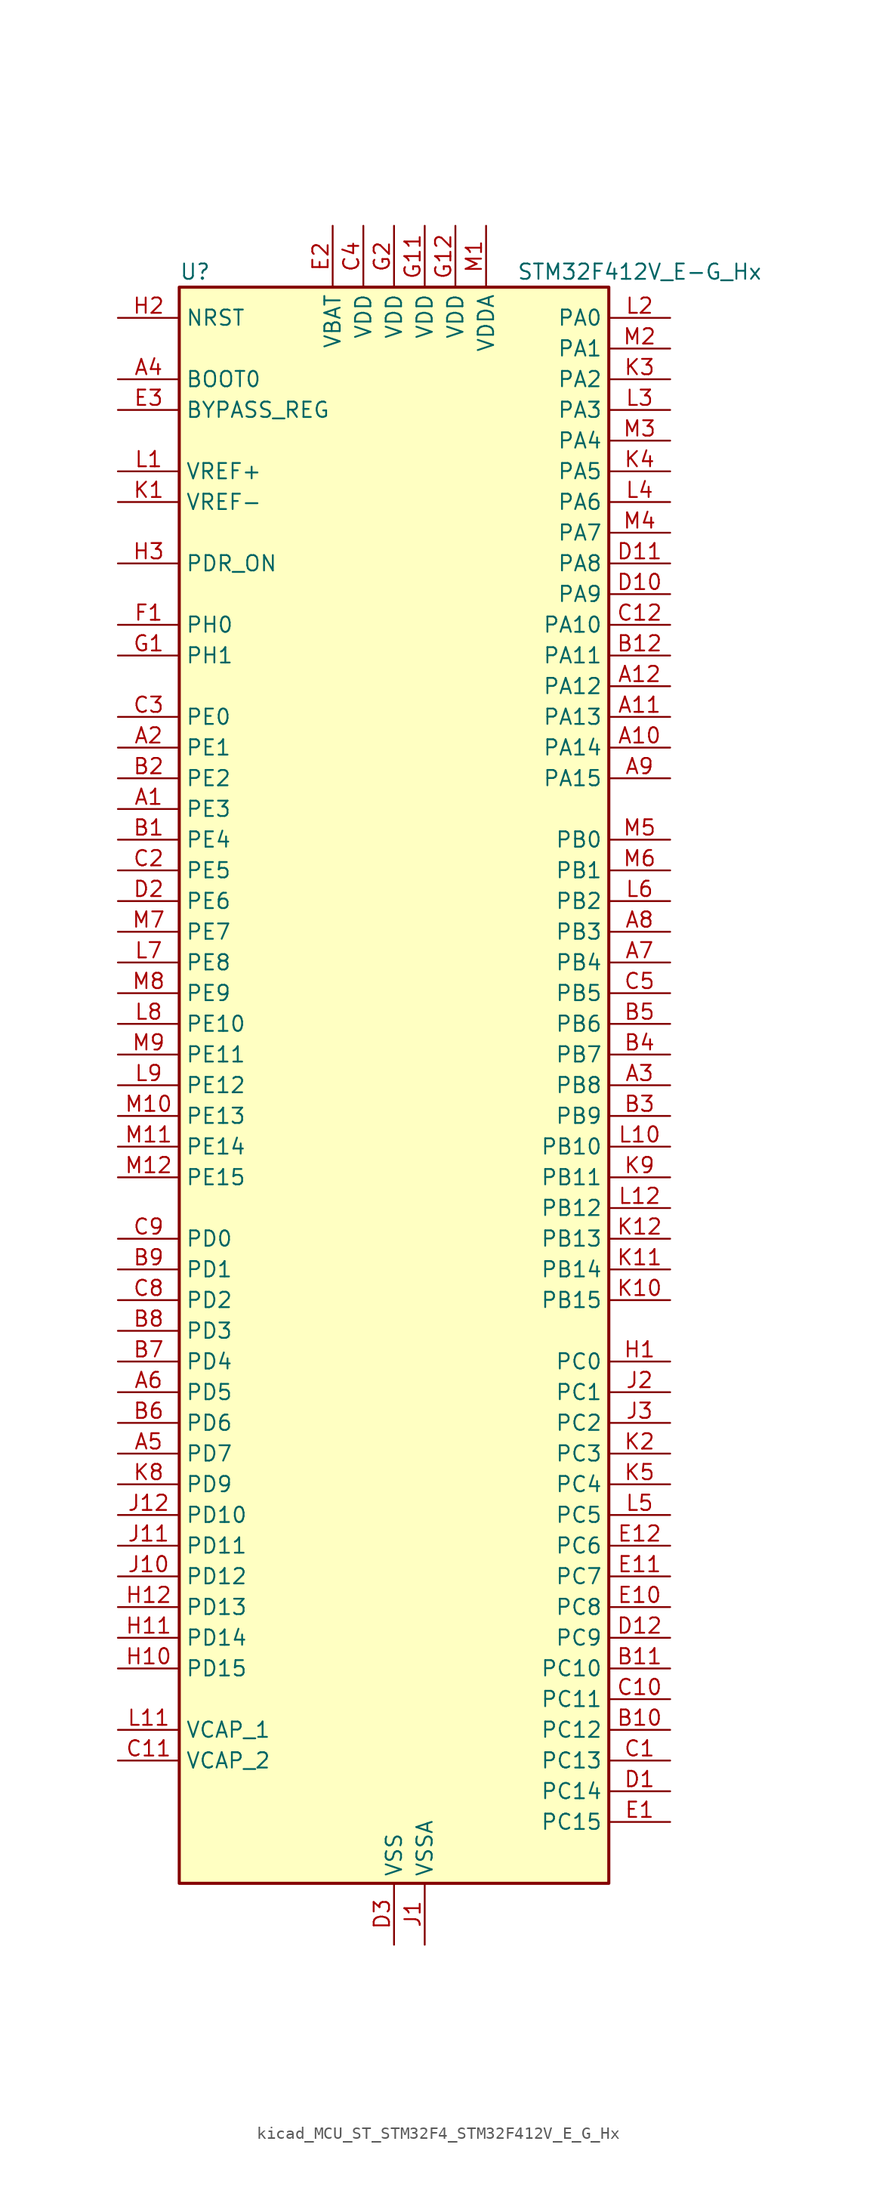
<source format=kicad_sym>
(kicad_symbol_lib
  (version 20220914)
  (generator kicad_symbol_editor)
  (symbol "kicad_MCU_ST_STM32F4_STM32F412V_E_G_Hx"
    (property "Reference" "U"
      (at -17.78 67.31 0)
      (effects (font (size 1.27 1.27)) (justify left)))
    (property "Value" "STM32F412V_E-G_Hx"
      (at 10.16 67.31 0)
      (effects (font (size 1.27 1.27)) (justify left)))
    (property "ki_locked" ""
      (at 0 0 0)
      (effects (font (size 1.27 1.27))))
    (symbol "kicad_MCU_ST_STM32F4_STM32F412V_E_G_Hx_0_1"
      (rectangle (start -17.78 -66.04) (end 17.78 66.04) (stroke (width 0.254) (type default)) (fill (type background))))
    (symbol "kicad_MCU_ST_STM32F4_STM32F412V_E_G_Hx_1_1"
      (pin bidirectional line (at -22.86 22.86 0) (length 5.08) (name "PE3" (effects (font (size 1.27 1.27)))) (number "A1" (effects (font (size 1.27 1.27)))) (alternate "FSMC_A19" bidirectional line) (alternate "SYS_TRACED0" bidirectional line))
      (pin bidirectional line (at 22.86 27.94 180) (length 5.08) (name "PA14" (effects (font (size 1.27 1.27)))) (number "A10" (effects (font (size 1.27 1.27)))) (alternate "SYS_JTCK-SWCLK" bidirectional line))
      (pin bidirectional line (at 22.86 30.48 180) (length 5.08) (name "PA13" (effects (font (size 1.27 1.27)))) (number "A11" (effects (font (size 1.27 1.27)))) (alternate "SYS_JTMS-SWDIO" bidirectional line))
      (pin bidirectional line (at 22.86 33.02 180) (length 5.08) (name "PA12" (effects (font (size 1.27 1.27)))) (number "A12" (effects (font (size 1.27 1.27)))) (alternate "CAN1_TX" bidirectional line) (alternate "SPI5_MISO" bidirectional line) (alternate "TIM1_ETR" bidirectional line) (alternate "USART1_RTS" bidirectional line) (alternate "USART6_RX" bidirectional line) (alternate "USB_OTG_FS_DP" bidirectional line))
      (pin bidirectional line (at -22.86 27.94 0) (length 5.08) (name "PE1" (effects (font (size 1.27 1.27)))) (number "A2" (effects (font (size 1.27 1.27)))) (alternate "FSMC_NBL1" bidirectional line))
      (pin bidirectional line (at 22.86 0 180) (length 5.08) (name "PB8" (effects (font (size 1.27 1.27)))) (number "A3" (effects (font (size 1.27 1.27)))) (alternate "CAN1_RX" bidirectional line) (alternate "I2C1_SCL" bidirectional line) (alternate "I2C3_SDA" bidirectional line) (alternate "I2S5_SD" bidirectional line) (alternate "SDIO_D4" bidirectional line) (alternate "SPI5_MOSI" bidirectional line) (alternate "TIM10_CH1" bidirectional line) (alternate "TIM4_CH3" bidirectional line))
      (pin input line (at -22.86 58.42 0) (length 5.08) (name "BOOT0" (effects (font (size 1.27 1.27)))) (number "A4" (effects (font (size 1.27 1.27)))))
      (pin bidirectional line (at -22.86 -30.48 0) (length 5.08) (name "PD7" (effects (font (size 1.27 1.27)))) (number "A5" (effects (font (size 1.27 1.27)))) (alternate "DFSDM1_CKIN1" bidirectional line) (alternate "FSMC_NE1" bidirectional line) (alternate "USART2_CK" bidirectional line))
      (pin bidirectional line (at -22.86 -25.4 0) (length 5.08) (name "PD5" (effects (font (size 1.27 1.27)))) (number "A6" (effects (font (size 1.27 1.27)))) (alternate "FSMC_NWE" bidirectional line) (alternate "USART2_TX" bidirectional line))
      (pin bidirectional line (at 22.86 10.16 180) (length 5.08) (name "PB4" (effects (font (size 1.27 1.27)))) (number "A7" (effects (font (size 1.27 1.27)))) (alternate "I2C3_SDA" bidirectional line) (alternate "I2S3_ext_SD" bidirectional line) (alternate "SDIO_D0" bidirectional line) (alternate "SPI1_MISO" bidirectional line) (alternate "SPI3_MISO" bidirectional line) (alternate "SYS_JTRST" bidirectional line) (alternate "TIM3_CH1" bidirectional line))
      (pin bidirectional line (at 22.86 12.7 180) (length 5.08) (name "PB3" (effects (font (size 1.27 1.27)))) (number "A8" (effects (font (size 1.27 1.27)))) (alternate "FMPI2C1_SDA" bidirectional line) (alternate "I2C2_SDA" bidirectional line) (alternate "I2S1_CK" bidirectional line) (alternate "I2S3_CK" bidirectional line) (alternate "SPI1_SCK" bidirectional line) (alternate "SPI3_SCK" bidirectional line) (alternate "SYS_JTDO-SWO" bidirectional line) (alternate "TIM2_CH2" bidirectional line) (alternate "USART1_RX" bidirectional line))
      (pin bidirectional line (at 22.86 25.4 180) (length 5.08) (name "PA15" (effects (font (size 1.27 1.27)))) (number "A9" (effects (font (size 1.27 1.27)))) (alternate "ADC1_EXTI15" bidirectional line) (alternate "I2S1_WS" bidirectional line) (alternate "I2S3_WS" bidirectional line) (alternate "SPI1_NSS" bidirectional line) (alternate "SPI3_NSS" bidirectional line) (alternate "SYS_JTDI" bidirectional line) (alternate "TIM2_CH1" bidirectional line) (alternate "TIM2_ETR" bidirectional line) (alternate "USART1_TX" bidirectional line))
      (pin bidirectional line (at -22.86 20.32 0) (length 5.08) (name "PE4" (effects (font (size 1.27 1.27)))) (number "B1" (effects (font (size 1.27 1.27)))) (alternate "DFSDM1_DATIN3" bidirectional line) (alternate "FSMC_A20" bidirectional line) (alternate "I2S4_WS" bidirectional line) (alternate "I2S5_WS" bidirectional line) (alternate "SPI4_NSS" bidirectional line) (alternate "SPI5_NSS" bidirectional line) (alternate "SYS_TRACED1" bidirectional line))
      (pin bidirectional line (at 22.86 -53.34 180) (length 5.08) (name "PC12" (effects (font (size 1.27 1.27)))) (number "B10" (effects (font (size 1.27 1.27)))) (alternate "FSMC_D3" bidirectional line) (alternate "FSMC_DA3" bidirectional line) (alternate "I2S3_SD" bidirectional line) (alternate "SDIO_CK" bidirectional line) (alternate "SPI3_MOSI" bidirectional line) (alternate "USART3_CK" bidirectional line))
      (pin bidirectional line (at 22.86 -48.26 180) (length 5.08) (name "PC10" (effects (font (size 1.27 1.27)))) (number "B11" (effects (font (size 1.27 1.27)))) (alternate "I2S3_CK" bidirectional line) (alternate "QUADSPI_BK1_IO1" bidirectional line) (alternate "SDIO_D2" bidirectional line) (alternate "SPI3_SCK" bidirectional line) (alternate "USART3_TX" bidirectional line))
      (pin bidirectional line (at 22.86 35.56 180) (length 5.08) (name "PA11" (effects (font (size 1.27 1.27)))) (number "B12" (effects (font (size 1.27 1.27)))) (alternate "ADC1_EXTI11" bidirectional line) (alternate "CAN1_RX" bidirectional line) (alternate "SPI4_MISO" bidirectional line) (alternate "TIM1_CH4" bidirectional line) (alternate "USART1_CTS" bidirectional line) (alternate "USART6_TX" bidirectional line) (alternate "USB_OTG_FS_DM" bidirectional line))
      (pin bidirectional line (at -22.86 25.4 0) (length 5.08) (name "PE2" (effects (font (size 1.27 1.27)))) (number "B2" (effects (font (size 1.27 1.27)))) (alternate "FSMC_A23" bidirectional line) (alternate "I2S4_CK" bidirectional line) (alternate "I2S5_CK" bidirectional line) (alternate "QUADSPI_BK1_IO2" bidirectional line) (alternate "SPI4_SCK" bidirectional line) (alternate "SPI5_SCK" bidirectional line) (alternate "SYS_TRACECLK" bidirectional line))
      (pin bidirectional line (at 22.86 -2.54 180) (length 5.08) (name "PB9" (effects (font (size 1.27 1.27)))) (number "B3" (effects (font (size 1.27 1.27)))) (alternate "CAN1_TX" bidirectional line) (alternate "I2C1_SDA" bidirectional line) (alternate "I2C2_SDA" bidirectional line) (alternate "I2S2_WS" bidirectional line) (alternate "SDIO_D5" bidirectional line) (alternate "SPI2_NSS" bidirectional line) (alternate "TIM11_CH1" bidirectional line) (alternate "TIM4_CH4" bidirectional line))
      (pin bidirectional line (at 22.86 2.54 180) (length 5.08) (name "PB7" (effects (font (size 1.27 1.27)))) (number "B4" (effects (font (size 1.27 1.27)))) (alternate "FSMC_NL" bidirectional line) (alternate "I2C1_SDA" bidirectional line) (alternate "TIM4_CH2" bidirectional line) (alternate "USART1_RX" bidirectional line))
      (pin bidirectional line (at 22.86 5.08 180) (length 5.08) (name "PB6" (effects (font (size 1.27 1.27)))) (number "B5" (effects (font (size 1.27 1.27)))) (alternate "CAN2_TX" bidirectional line) (alternate "I2C1_SCL" bidirectional line) (alternate "QUADSPI_BK1_NCS" bidirectional line) (alternate "SDIO_D0" bidirectional line) (alternate "TIM4_CH1" bidirectional line) (alternate "USART1_TX" bidirectional line))
      (pin bidirectional line (at -22.86 -27.94 0) (length 5.08) (name "PD6" (effects (font (size 1.27 1.27)))) (number "B6" (effects (font (size 1.27 1.27)))) (alternate "DFSDM1_DATIN1" bidirectional line) (alternate "FSMC_NWAIT" bidirectional line) (alternate "I2S3_SD" bidirectional line) (alternate "SPI3_MOSI" bidirectional line) (alternate "USART2_RX" bidirectional line))
      (pin bidirectional line (at -22.86 -22.86 0) (length 5.08) (name "PD4" (effects (font (size 1.27 1.27)))) (number "B7" (effects (font (size 1.27 1.27)))) (alternate "DFSDM1_CKIN0" bidirectional line) (alternate "FSMC_NOE" bidirectional line) (alternate "USART2_RTS" bidirectional line))
      (pin bidirectional line (at -22.86 -20.32 0) (length 5.08) (name "PD3" (effects (font (size 1.27 1.27)))) (number "B8" (effects (font (size 1.27 1.27)))) (alternate "DFSDM1_DATIN0" bidirectional line) (alternate "FSMC_CLK" bidirectional line) (alternate "I2S2_CK" bidirectional line) (alternate "QUADSPI_CLK" bidirectional line) (alternate "SPI2_SCK" bidirectional line) (alternate "SYS_TRACED1" bidirectional line) (alternate "USART2_CTS" bidirectional line))
      (pin bidirectional line (at -22.86 -15.24 0) (length 5.08) (name "PD1" (effects (font (size 1.27 1.27)))) (number "B9" (effects (font (size 1.27 1.27)))) (alternate "CAN1_TX" bidirectional line) (alternate "FSMC_D3" bidirectional line) (alternate "FSMC_DA3" bidirectional line))
      (pin bidirectional line (at 22.86 -55.88 180) (length 5.08) (name "PC13" (effects (font (size 1.27 1.27)))) (number "C1" (effects (font (size 1.27 1.27)))) (alternate "RTC_AF1" bidirectional line))
      (pin bidirectional line (at 22.86 -50.8 180) (length 5.08) (name "PC11" (effects (font (size 1.27 1.27)))) (number "C10" (effects (font (size 1.27 1.27)))) (alternate "ADC1_EXTI11" bidirectional line) (alternate "FSMC_D2" bidirectional line) (alternate "FSMC_DA2" bidirectional line) (alternate "I2S3_ext_SD" bidirectional line) (alternate "QUADSPI_BK2_NCS" bidirectional line) (alternate "SDIO_D3" bidirectional line) (alternate "SPI3_MISO" bidirectional line) (alternate "USART3_RX" bidirectional line))
      (pin power_out line (at -22.86 -55.88 0) (length 5.08) (name "VCAP_2" (effects (font (size 1.27 1.27)))) (number "C11" (effects (font (size 1.27 1.27)))))
      (pin bidirectional line (at 22.86 38.1 180) (length 5.08) (name "PA10" (effects (font (size 1.27 1.27)))) (number "C12" (effects (font (size 1.27 1.27)))) (alternate "I2S5_SD" bidirectional line) (alternate "SPI5_MOSI" bidirectional line) (alternate "TIM1_CH3" bidirectional line) (alternate "USART1_RX" bidirectional line) (alternate "USB_OTG_FS_ID" bidirectional line))
      (pin bidirectional line (at -22.86 17.78 0) (length 5.08) (name "PE5" (effects (font (size 1.27 1.27)))) (number "C2" (effects (font (size 1.27 1.27)))) (alternate "DFSDM1_CKIN3" bidirectional line) (alternate "FSMC_A21" bidirectional line) (alternate "SPI4_MISO" bidirectional line) (alternate "SPI5_MISO" bidirectional line) (alternate "SYS_TRACED2" bidirectional line) (alternate "TIM9_CH1" bidirectional line))
      (pin bidirectional line (at -22.86 30.48 0) (length 5.08) (name "PE0" (effects (font (size 1.27 1.27)))) (number "C3" (effects (font (size 1.27 1.27)))) (alternate "FSMC_NBL0" bidirectional line) (alternate "TIM4_ETR" bidirectional line))
      (pin power_in line (at -2.54 71.12 270) (length 5.08) (name "VDD" (effects (font (size 1.27 1.27)))) (number "C4" (effects (font (size 1.27 1.27)))))
      (pin bidirectional line (at 22.86 7.62 180) (length 5.08) (name "PB5" (effects (font (size 1.27 1.27)))) (number "C5" (effects (font (size 1.27 1.27)))) (alternate "CAN2_RX" bidirectional line) (alternate "I2C1_SMBA" bidirectional line) (alternate "I2S1_SD" bidirectional line) (alternate "I2S3_SD" bidirectional line) (alternate "SDIO_D3" bidirectional line) (alternate "SPI1_MOSI" bidirectional line) (alternate "SPI3_MOSI" bidirectional line) (alternate "TIM3_CH2" bidirectional line))
      (pin bidirectional line (at -22.86 -17.78 0) (length 5.08) (name "PD2" (effects (font (size 1.27 1.27)))) (number "C8" (effects (font (size 1.27 1.27)))) (alternate "FSMC_NWE" bidirectional line) (alternate "SDIO_CMD" bidirectional line) (alternate "TIM3_ETR" bidirectional line))
      (pin bidirectional line (at -22.86 -12.7 0) (length 5.08) (name "PD0" (effects (font (size 1.27 1.27)))) (number "C9" (effects (font (size 1.27 1.27)))) (alternate "CAN1_RX" bidirectional line) (alternate "FSMC_D2" bidirectional line) (alternate "FSMC_DA2" bidirectional line))
      (pin bidirectional line (at 22.86 -58.42 180) (length 5.08) (name "PC14" (effects (font (size 1.27 1.27)))) (number "D1" (effects (font (size 1.27 1.27)))) (alternate "RCC_OSC32_IN" bidirectional line))
      (pin bidirectional line (at 22.86 40.64 180) (length 5.08) (name "PA9" (effects (font (size 1.27 1.27)))) (number "D10" (effects (font (size 1.27 1.27)))) (alternate "I2C3_SMBA" bidirectional line) (alternate "SDIO_D2" bidirectional line) (alternate "TIM1_CH2" bidirectional line) (alternate "USART1_TX" bidirectional line) (alternate "USB_OTG_FS_VBUS" bidirectional line))
      (pin bidirectional line (at 22.86 43.18 180) (length 5.08) (name "PA8" (effects (font (size 1.27 1.27)))) (number "D11" (effects (font (size 1.27 1.27)))) (alternate "I2C3_SCL" bidirectional line) (alternate "RCC_MCO_1" bidirectional line) (alternate "SDIO_D1" bidirectional line) (alternate "TIM1_CH1" bidirectional line) (alternate "USART1_CK" bidirectional line) (alternate "USB_OTG_FS_SOF" bidirectional line))
      (pin bidirectional line (at 22.86 -45.72 180) (length 5.08) (name "PC9" (effects (font (size 1.27 1.27)))) (number "D12" (effects (font (size 1.27 1.27)))) (alternate "I2C3_SDA" bidirectional line) (alternate "I2S_CKIN" bidirectional line) (alternate "QUADSPI_BK1_IO0" bidirectional line) (alternate "RCC_MCO_2" bidirectional line) (alternate "SDIO_D1" bidirectional line) (alternate "TIM3_CH4" bidirectional line) (alternate "TIM8_CH4" bidirectional line))
      (pin bidirectional line (at -22.86 15.24 0) (length 5.08) (name "PE6" (effects (font (size 1.27 1.27)))) (number "D2" (effects (font (size 1.27 1.27)))) (alternate "FSMC_A22" bidirectional line) (alternate "I2S4_SD" bidirectional line) (alternate "I2S5_SD" bidirectional line) (alternate "SPI4_MOSI" bidirectional line) (alternate "SPI5_MOSI" bidirectional line) (alternate "SYS_TRACED3" bidirectional line) (alternate "TIM9_CH2" bidirectional line))
      (pin power_in line (at 0 -71.12 90) (length 5.08) (name "VSS" (effects (font (size 1.27 1.27)))) (number "D3" (effects (font (size 1.27 1.27)))))
      (pin bidirectional line (at 22.86 -60.96 180) (length 5.08) (name "PC15" (effects (font (size 1.27 1.27)))) (number "E1" (effects (font (size 1.27 1.27)))) (alternate "ADC1_EXTI15" bidirectional line) (alternate "RCC_OSC32_OUT" bidirectional line))
      (pin bidirectional line (at 22.86 -43.18 180) (length 5.08) (name "PC8" (effects (font (size 1.27 1.27)))) (number "E10" (effects (font (size 1.27 1.27)))) (alternate "QUADSPI_BK1_IO2" bidirectional line) (alternate "SDIO_D0" bidirectional line) (alternate "TIM3_CH3" bidirectional line) (alternate "TIM8_CH3" bidirectional line) (alternate "USART6_CK" bidirectional line))
      (pin bidirectional line (at 22.86 -40.64 180) (length 5.08) (name "PC7" (effects (font (size 1.27 1.27)))) (number "E11" (effects (font (size 1.27 1.27)))) (alternate "DFSDM1_DATIN3" bidirectional line) (alternate "FMPI2C1_SDA" bidirectional line) (alternate "I2S2_CK" bidirectional line) (alternate "I2S3_MCK" bidirectional line) (alternate "SDIO_D7" bidirectional line) (alternate "SPI2_SCK" bidirectional line) (alternate "TIM3_CH2" bidirectional line) (alternate "TIM8_CH2" bidirectional line) (alternate "USART6_RX" bidirectional line))
      (pin bidirectional line (at 22.86 -38.1 180) (length 5.08) (name "PC6" (effects (font (size 1.27 1.27)))) (number "E12" (effects (font (size 1.27 1.27)))) (alternate "DFSDM1_CKIN3" bidirectional line) (alternate "FMPI2C1_SCL" bidirectional line) (alternate "FSMC_D1" bidirectional line) (alternate "FSMC_DA1" bidirectional line) (alternate "I2S2_MCK" bidirectional line) (alternate "SDIO_D6" bidirectional line) (alternate "TIM3_CH1" bidirectional line) (alternate "TIM8_CH1" bidirectional line) (alternate "USART6_TX" bidirectional line))
      (pin power_in line (at -5.08 71.12 270) (length 5.08) (name "VBAT" (effects (font (size 1.27 1.27)))) (number "E2" (effects (font (size 1.27 1.27)))))
      (pin input line (at -22.86 55.88 0) (length 5.08) (name "BYPASS_REG" (effects (font (size 1.27 1.27)))) (number "E3" (effects (font (size 1.27 1.27)))))
      (pin bidirectional line (at -22.86 38.1 0) (length 5.08) (name "PH0" (effects (font (size 1.27 1.27)))) (number "F1" (effects (font (size 1.27 1.27)))) (alternate "RCC_OSC_IN" bidirectional line))
      (pin passive line (at 0 -71.12 90) (length 5.08) hide (name "VSS" (effects (font (size 1.27 1.27)))) (number "F11" (effects (font (size 1.27 1.27)))))
      (pin passive line (at 0 -71.12 90) (length 5.08) hide (name "VSS" (effects (font (size 1.27 1.27)))) (number "F12" (effects (font (size 1.27 1.27)))))
      (pin passive line (at 0 -71.12 90) (length 5.08) hide (name "VSS" (effects (font (size 1.27 1.27)))) (number "F2" (effects (font (size 1.27 1.27)))))
      (pin bidirectional line (at -22.86 35.56 0) (length 5.08) (name "PH1" (effects (font (size 1.27 1.27)))) (number "G1" (effects (font (size 1.27 1.27)))) (alternate "RCC_OSC_OUT" bidirectional line))
      (pin power_in line (at 2.54 71.12 270) (length 5.08) (name "VDD" (effects (font (size 1.27 1.27)))) (number "G11" (effects (font (size 1.27 1.27)))))
      (pin power_in line (at 5.08 71.12 270) (length 5.08) (name "VDD" (effects (font (size 1.27 1.27)))) (number "G12" (effects (font (size 1.27 1.27)))))
      (pin power_in line (at 0 71.12 270) (length 5.08) (name "VDD" (effects (font (size 1.27 1.27)))) (number "G2" (effects (font (size 1.27 1.27)))))
      (pin bidirectional line (at 22.86 -22.86 180) (length 5.08) (name "PC0" (effects (font (size 1.27 1.27)))) (number "H1" (effects (font (size 1.27 1.27)))) (alternate "ADC1_IN10" bidirectional line) (alternate "SYS_WKUP2" bidirectional line))
      (pin bidirectional line (at -22.86 -48.26 0) (length 5.08) (name "PD15" (effects (font (size 1.27 1.27)))) (number "H10" (effects (font (size 1.27 1.27)))) (alternate "ADC1_EXTI15" bidirectional line) (alternate "FMPI2C1_SDA" bidirectional line) (alternate "FSMC_D1" bidirectional line) (alternate "FSMC_DA1" bidirectional line) (alternate "TIM4_CH4" bidirectional line))
      (pin bidirectional line (at -22.86 -45.72 0) (length 5.08) (name "PD14" (effects (font (size 1.27 1.27)))) (number "H11" (effects (font (size 1.27 1.27)))) (alternate "FMPI2C1_SCL" bidirectional line) (alternate "FSMC_D0" bidirectional line) (alternate "FSMC_DA0" bidirectional line) (alternate "TIM4_CH3" bidirectional line))
      (pin bidirectional line (at -22.86 -43.18 0) (length 5.08) (name "PD13" (effects (font (size 1.27 1.27)))) (number "H12" (effects (font (size 1.27 1.27)))) (alternate "FMPI2C1_SDA" bidirectional line) (alternate "FSMC_A18" bidirectional line) (alternate "QUADSPI_BK1_IO3" bidirectional line) (alternate "TIM4_CH2" bidirectional line))
      (pin input line (at -22.86 63.5 0) (length 5.08) (name "NRST" (effects (font (size 1.27 1.27)))) (number "H2" (effects (font (size 1.27 1.27)))))
      (pin input line (at -22.86 43.18 0) (length 5.08) (name "PDR_ON" (effects (font (size 1.27 1.27)))) (number "H3" (effects (font (size 1.27 1.27)))))
      (pin power_in line (at 2.54 -71.12 90) (length 5.08) (name "VSSA" (effects (font (size 1.27 1.27)))) (number "J1" (effects (font (size 1.27 1.27)))))
      (pin bidirectional line (at -22.86 -40.64 0) (length 5.08) (name "PD12" (effects (font (size 1.27 1.27)))) (number "J10" (effects (font (size 1.27 1.27)))) (alternate "FMPI2C1_SCL" bidirectional line) (alternate "FSMC_A17" bidirectional line) (alternate "QUADSPI_BK1_IO1" bidirectional line) (alternate "TIM4_CH1" bidirectional line) (alternate "USART3_RTS" bidirectional line))
      (pin bidirectional line (at -22.86 -38.1 0) (length 5.08) (name "PD11" (effects (font (size 1.27 1.27)))) (number "J11" (effects (font (size 1.27 1.27)))) (alternate "ADC1_EXTI11" bidirectional line) (alternate "FMPI2C1_SMBA" bidirectional line) (alternate "FSMC_A16" bidirectional line) (alternate "QUADSPI_BK1_IO0" bidirectional line) (alternate "USART3_CTS" bidirectional line))
      (pin bidirectional line (at -22.86 -35.56 0) (length 5.08) (name "PD10" (effects (font (size 1.27 1.27)))) (number "J12" (effects (font (size 1.27 1.27)))) (alternate "FSMC_D15" bidirectional line) (alternate "FSMC_DA15" bidirectional line) (alternate "USART3_CK" bidirectional line))
      (pin bidirectional line (at 22.86 -25.4 180) (length 5.08) (name "PC1" (effects (font (size 1.27 1.27)))) (number "J2" (effects (font (size 1.27 1.27)))) (alternate "ADC1_IN11" bidirectional line) (alternate "SYS_WKUP3" bidirectional line))
      (pin bidirectional line (at 22.86 -27.94 180) (length 5.08) (name "PC2" (effects (font (size 1.27 1.27)))) (number "J3" (effects (font (size 1.27 1.27)))) (alternate "ADC1_IN12" bidirectional line) (alternate "DFSDM1_CKOUT" bidirectional line) (alternate "FSMC_NWE" bidirectional line) (alternate "I2S2_ext_SD" bidirectional line) (alternate "SPI2_MISO" bidirectional line))
      (pin input line (at -22.86 48.26 0) (length 5.08) (name "VREF-" (effects (font (size 1.27 1.27)))) (number "K1" (effects (font (size 1.27 1.27)))))
      (pin bidirectional line (at 22.86 -17.78 180) (length 5.08) (name "PB15" (effects (font (size 1.27 1.27)))) (number "K10" (effects (font (size 1.27 1.27)))) (alternate "ADC1_EXTI15" bidirectional line) (alternate "DFSDM1_CKIN2" bidirectional line) (alternate "FMPI2C1_SCL" bidirectional line) (alternate "I2S2_SD" bidirectional line) (alternate "RTC_REFIN" bidirectional line) (alternate "SDIO_CK" bidirectional line) (alternate "SPI2_MOSI" bidirectional line) (alternate "TIM12_CH2" bidirectional line) (alternate "TIM1_CH3N" bidirectional line) (alternate "TIM8_CH3N" bidirectional line))
      (pin bidirectional line (at 22.86 -15.24 180) (length 5.08) (name "PB14" (effects (font (size 1.27 1.27)))) (number "K11" (effects (font (size 1.27 1.27)))) (alternate "DFSDM1_DATIN2" bidirectional line) (alternate "FMPI2C1_SDA" bidirectional line) (alternate "FSMC_D0" bidirectional line) (alternate "FSMC_DA0" bidirectional line) (alternate "I2S2_ext_SD" bidirectional line) (alternate "SDIO_D6" bidirectional line) (alternate "SPI2_MISO" bidirectional line) (alternate "TIM12_CH1" bidirectional line) (alternate "TIM1_CH2N" bidirectional line) (alternate "TIM8_CH2N" bidirectional line) (alternate "USART3_RTS" bidirectional line))
      (pin bidirectional line (at 22.86 -12.7 180) (length 5.08) (name "PB13" (effects (font (size 1.27 1.27)))) (number "K12" (effects (font (size 1.27 1.27)))) (alternate "CAN2_TX" bidirectional line) (alternate "DFSDM1_CKIN1" bidirectional line) (alternate "FMPI2C1_SMBA" bidirectional line) (alternate "I2S2_CK" bidirectional line) (alternate "I2S4_CK" bidirectional line) (alternate "SPI2_SCK" bidirectional line) (alternate "SPI4_SCK" bidirectional line) (alternate "TIM1_CH1N" bidirectional line) (alternate "USART3_CTS" bidirectional line))
      (pin bidirectional line (at 22.86 -30.48 180) (length 5.08) (name "PC3" (effects (font (size 1.27 1.27)))) (number "K2" (effects (font (size 1.27 1.27)))) (alternate "ADC1_IN13" bidirectional line) (alternate "FSMC_A0" bidirectional line) (alternate "I2S2_SD" bidirectional line) (alternate "SPI2_MOSI" bidirectional line))
      (pin bidirectional line (at 22.86 58.42 180) (length 5.08) (name "PA2" (effects (font (size 1.27 1.27)))) (number "K3" (effects (font (size 1.27 1.27)))) (alternate "ADC1_IN2" bidirectional line) (alternate "FSMC_D4" bidirectional line) (alternate "FSMC_DA4" bidirectional line) (alternate "I2S_CKIN" bidirectional line) (alternate "TIM2_CH3" bidirectional line) (alternate "TIM5_CH3" bidirectional line) (alternate "TIM9_CH1" bidirectional line) (alternate "USART2_TX" bidirectional line))
      (pin bidirectional line (at 22.86 50.8 180) (length 5.08) (name "PA5" (effects (font (size 1.27 1.27)))) (number "K4" (effects (font (size 1.27 1.27)))) (alternate "ADC1_IN5" bidirectional line) (alternate "DFSDM1_CKIN1" bidirectional line) (alternate "FSMC_D7" bidirectional line) (alternate "FSMC_DA7" bidirectional line) (alternate "I2S1_CK" bidirectional line) (alternate "SPI1_SCK" bidirectional line) (alternate "TIM2_CH1" bidirectional line) (alternate "TIM2_ETR" bidirectional line) (alternate "TIM8_CH1N" bidirectional line))
      (pin bidirectional line (at 22.86 -33.02 180) (length 5.08) (name "PC4" (effects (font (size 1.27 1.27)))) (number "K5" (effects (font (size 1.27 1.27)))) (alternate "ADC1_IN14" bidirectional line) (alternate "FSMC_NE4" bidirectional line) (alternate "I2S1_MCK" bidirectional line) (alternate "QUADSPI_BK2_IO2" bidirectional line))
      (pin bidirectional line (at -22.86 -33.02 0) (length 5.08) (name "PD9" (effects (font (size 1.27 1.27)))) (number "K8" (effects (font (size 1.27 1.27)))) (alternate "FSMC_D14" bidirectional line) (alternate "FSMC_DA14" bidirectional line) (alternate "USART3_RX" bidirectional line))
      (pin bidirectional line (at 22.86 -7.62 180) (length 5.08) (name "PB11" (effects (font (size 1.27 1.27)))) (number "K9" (effects (font (size 1.27 1.27)))) (alternate "ADC1_EXTI11" bidirectional line) (alternate "I2C2_SDA" bidirectional line) (alternate "I2S_CKIN" bidirectional line) (alternate "TIM2_CH4" bidirectional line) (alternate "USART3_RX" bidirectional line))
      (pin input line (at -22.86 50.8 0) (length 5.08) (name "VREF+" (effects (font (size 1.27 1.27)))) (number "L1" (effects (font (size 1.27 1.27)))))
      (pin bidirectional line (at 22.86 -5.08 180) (length 5.08) (name "PB10" (effects (font (size 1.27 1.27)))) (number "L10" (effects (font (size 1.27 1.27)))) (alternate "FMPI2C1_SCL" bidirectional line) (alternate "I2C2_SCL" bidirectional line) (alternate "I2S2_CK" bidirectional line) (alternate "I2S3_MCK" bidirectional line) (alternate "SDIO_D7" bidirectional line) (alternate "SPI2_SCK" bidirectional line) (alternate "TIM2_CH3" bidirectional line) (alternate "USART3_TX" bidirectional line))
      (pin power_out line (at -22.86 -53.34 0) (length 5.08) (name "VCAP_1" (effects (font (size 1.27 1.27)))) (number "L11" (effects (font (size 1.27 1.27)))))
      (pin bidirectional line (at 22.86 -10.16 180) (length 5.08) (name "PB12" (effects (font (size 1.27 1.27)))) (number "L12" (effects (font (size 1.27 1.27)))) (alternate "CAN2_RX" bidirectional line) (alternate "DFSDM1_DATIN1" bidirectional line) (alternate "FSMC_D13" bidirectional line) (alternate "FSMC_DA13" bidirectional line) (alternate "I2C2_SMBA" bidirectional line) (alternate "I2S2_WS" bidirectional line) (alternate "I2S3_CK" bidirectional line) (alternate "I2S4_WS" bidirectional line) (alternate "SPI2_NSS" bidirectional line) (alternate "SPI3_SCK" bidirectional line) (alternate "SPI4_NSS" bidirectional line) (alternate "TIM1_BKIN" bidirectional line) (alternate "USART3_CK" bidirectional line))
      (pin bidirectional line (at 22.86 63.5 180) (length 5.08) (name "PA0" (effects (font (size 1.27 1.27)))) (number "L2" (effects (font (size 1.27 1.27)))) (alternate "ADC1_IN0" bidirectional line) (alternate "SYS_WKUP1" bidirectional line) (alternate "TIM2_CH1" bidirectional line) (alternate "TIM2_ETR" bidirectional line) (alternate "TIM5_CH1" bidirectional line) (alternate "TIM8_ETR" bidirectional line) (alternate "USART2_CTS" bidirectional line))
      (pin bidirectional line (at 22.86 55.88 180) (length 5.08) (name "PA3" (effects (font (size 1.27 1.27)))) (number "L3" (effects (font (size 1.27 1.27)))) (alternate "ADC1_IN3" bidirectional line) (alternate "FSMC_D5" bidirectional line) (alternate "FSMC_DA5" bidirectional line) (alternate "I2S2_MCK" bidirectional line) (alternate "TIM2_CH4" bidirectional line) (alternate "TIM5_CH4" bidirectional line) (alternate "TIM9_CH2" bidirectional line) (alternate "USART2_RX" bidirectional line))
      (pin bidirectional line (at 22.86 48.26 180) (length 5.08) (name "PA6" (effects (font (size 1.27 1.27)))) (number "L4" (effects (font (size 1.27 1.27)))) (alternate "ADC1_IN6" bidirectional line) (alternate "I2S2_MCK" bidirectional line) (alternate "QUADSPI_BK2_IO0" bidirectional line) (alternate "SDIO_CMD" bidirectional line) (alternate "SPI1_MISO" bidirectional line) (alternate "TIM13_CH1" bidirectional line) (alternate "TIM1_BKIN" bidirectional line) (alternate "TIM3_CH1" bidirectional line) (alternate "TIM8_BKIN" bidirectional line))
      (pin bidirectional line (at 22.86 -35.56 180) (length 5.08) (name "PC5" (effects (font (size 1.27 1.27)))) (number "L5" (effects (font (size 1.27 1.27)))) (alternate "ADC1_IN15" bidirectional line) (alternate "FMPI2C1_SMBA" bidirectional line) (alternate "FSMC_NOE" bidirectional line) (alternate "QUADSPI_BK2_IO3" bidirectional line) (alternate "USART3_RX" bidirectional line))
      (pin bidirectional line (at 22.86 15.24 180) (length 5.08) (name "PB2" (effects (font (size 1.27 1.27)))) (number "L6" (effects (font (size 1.27 1.27)))) (alternate "DFSDM1_CKIN0" bidirectional line) (alternate "QUADSPI_CLK" bidirectional line))
      (pin bidirectional line (at -22.86 10.16 0) (length 5.08) (name "PE8" (effects (font (size 1.27 1.27)))) (number "L7" (effects (font (size 1.27 1.27)))) (alternate "DFSDM1_CKIN2" bidirectional line) (alternate "FSMC_D5" bidirectional line) (alternate "FSMC_DA5" bidirectional line) (alternate "QUADSPI_BK2_IO1" bidirectional line) (alternate "TIM1_CH1N" bidirectional line))
      (pin bidirectional line (at -22.86 5.08 0) (length 5.08) (name "PE10" (effects (font (size 1.27 1.27)))) (number "L8" (effects (font (size 1.27 1.27)))) (alternate "FSMC_D7" bidirectional line) (alternate "FSMC_DA7" bidirectional line) (alternate "QUADSPI_BK2_IO3" bidirectional line) (alternate "TIM1_CH2N" bidirectional line))
      (pin bidirectional line (at -22.86 0 0) (length 5.08) (name "PE12" (effects (font (size 1.27 1.27)))) (number "L9" (effects (font (size 1.27 1.27)))) (alternate "FSMC_D9" bidirectional line) (alternate "FSMC_DA9" bidirectional line) (alternate "I2S4_CK" bidirectional line) (alternate "I2S5_CK" bidirectional line) (alternate "SPI4_SCK" bidirectional line) (alternate "SPI5_SCK" bidirectional line) (alternate "TIM1_CH3N" bidirectional line))
      (pin power_in line (at 7.62 71.12 270) (length 5.08) (name "VDDA" (effects (font (size 1.27 1.27)))) (number "M1" (effects (font (size 1.27 1.27)))))
      (pin bidirectional line (at -22.86 -2.54 0) (length 5.08) (name "PE13" (effects (font (size 1.27 1.27)))) (number "M10" (effects (font (size 1.27 1.27)))) (alternate "FSMC_D10" bidirectional line) (alternate "FSMC_DA10" bidirectional line) (alternate "SPI4_MISO" bidirectional line) (alternate "SPI5_MISO" bidirectional line) (alternate "TIM1_CH3" bidirectional line))
      (pin bidirectional line (at -22.86 -5.08 0) (length 5.08) (name "PE14" (effects (font (size 1.27 1.27)))) (number "M11" (effects (font (size 1.27 1.27)))) (alternate "FSMC_D11" bidirectional line) (alternate "FSMC_DA11" bidirectional line) (alternate "I2S4_SD" bidirectional line) (alternate "I2S5_SD" bidirectional line) (alternate "SPI4_MOSI" bidirectional line) (alternate "SPI5_MOSI" bidirectional line) (alternate "TIM1_CH4" bidirectional line))
      (pin bidirectional line (at -22.86 -7.62 0) (length 5.08) (name "PE15" (effects (font (size 1.27 1.27)))) (number "M12" (effects (font (size 1.27 1.27)))) (alternate "ADC1_EXTI15" bidirectional line) (alternate "FSMC_D12" bidirectional line) (alternate "FSMC_DA12" bidirectional line) (alternate "TIM1_BKIN" bidirectional line))
      (pin bidirectional line (at 22.86 60.96 180) (length 5.08) (name "PA1" (effects (font (size 1.27 1.27)))) (number "M2" (effects (font (size 1.27 1.27)))) (alternate "ADC1_IN1" bidirectional line) (alternate "I2S4_SD" bidirectional line) (alternate "QUADSPI_BK1_IO3" bidirectional line) (alternate "SPI4_MOSI" bidirectional line) (alternate "TIM2_CH2" bidirectional line) (alternate "TIM5_CH2" bidirectional line) (alternate "USART2_RTS" bidirectional line))
      (pin bidirectional line (at 22.86 53.34 180) (length 5.08) (name "PA4" (effects (font (size 1.27 1.27)))) (number "M3" (effects (font (size 1.27 1.27)))) (alternate "ADC1_IN4" bidirectional line) (alternate "DFSDM1_DATIN1" bidirectional line) (alternate "FSMC_D6" bidirectional line) (alternate "FSMC_DA6" bidirectional line) (alternate "I2S1_WS" bidirectional line) (alternate "I2S3_WS" bidirectional line) (alternate "SPI1_NSS" bidirectional line) (alternate "SPI3_NSS" bidirectional line) (alternate "USART2_CK" bidirectional line))
      (pin bidirectional line (at 22.86 45.72 180) (length 5.08) (name "PA7" (effects (font (size 1.27 1.27)))) (number "M4" (effects (font (size 1.27 1.27)))) (alternate "ADC1_IN7" bidirectional line) (alternate "I2S1_SD" bidirectional line) (alternate "QUADSPI_BK2_IO1" bidirectional line) (alternate "SPI1_MOSI" bidirectional line) (alternate "TIM14_CH1" bidirectional line) (alternate "TIM1_CH1N" bidirectional line) (alternate "TIM3_CH2" bidirectional line) (alternate "TIM8_CH1N" bidirectional line))
      (pin bidirectional line (at 22.86 20.32 180) (length 5.08) (name "PB0" (effects (font (size 1.27 1.27)))) (number "M5" (effects (font (size 1.27 1.27)))) (alternate "ADC1_IN8" bidirectional line) (alternate "I2S5_CK" bidirectional line) (alternate "SPI5_SCK" bidirectional line) (alternate "TIM1_CH2N" bidirectional line) (alternate "TIM3_CH3" bidirectional line) (alternate "TIM8_CH2N" bidirectional line))
      (pin bidirectional line (at 22.86 17.78 180) (length 5.08) (name "PB1" (effects (font (size 1.27 1.27)))) (number "M6" (effects (font (size 1.27 1.27)))) (alternate "ADC1_IN9" bidirectional line) (alternate "DFSDM1_DATIN0" bidirectional line) (alternate "I2S5_WS" bidirectional line) (alternate "QUADSPI_CLK" bidirectional line) (alternate "SPI5_NSS" bidirectional line) (alternate "TIM1_CH3N" bidirectional line) (alternate "TIM3_CH4" bidirectional line) (alternate "TIM8_CH3N" bidirectional line))
      (pin bidirectional line (at -22.86 12.7 0) (length 5.08) (name "PE7" (effects (font (size 1.27 1.27)))) (number "M7" (effects (font (size 1.27 1.27)))) (alternate "DFSDM1_DATIN2" bidirectional line) (alternate "FSMC_D4" bidirectional line) (alternate "FSMC_DA4" bidirectional line) (alternate "QUADSPI_BK2_IO0" bidirectional line) (alternate "TIM1_ETR" bidirectional line))
      (pin bidirectional line (at -22.86 7.62 0) (length 5.08) (name "PE9" (effects (font (size 1.27 1.27)))) (number "M8" (effects (font (size 1.27 1.27)))) (alternate "DFSDM1_CKOUT" bidirectional line) (alternate "FSMC_D6" bidirectional line) (alternate "FSMC_DA6" bidirectional line) (alternate "QUADSPI_BK2_IO2" bidirectional line) (alternate "TIM1_CH1" bidirectional line))
      (pin bidirectional line (at -22.86 2.54 0) (length 5.08) (name "PE11" (effects (font (size 1.27 1.27)))) (number "M9" (effects (font (size 1.27 1.27)))) (alternate "ADC1_EXTI11" bidirectional line) (alternate "FSMC_D8" bidirectional line) (alternate "FSMC_DA8" bidirectional line) (alternate "I2S4_WS" bidirectional line) (alternate "I2S5_WS" bidirectional line) (alternate "SPI4_NSS" bidirectional line) (alternate "SPI5_NSS" bidirectional line) (alternate "TIM1_CH2" bidirectional line)))))
</source>
